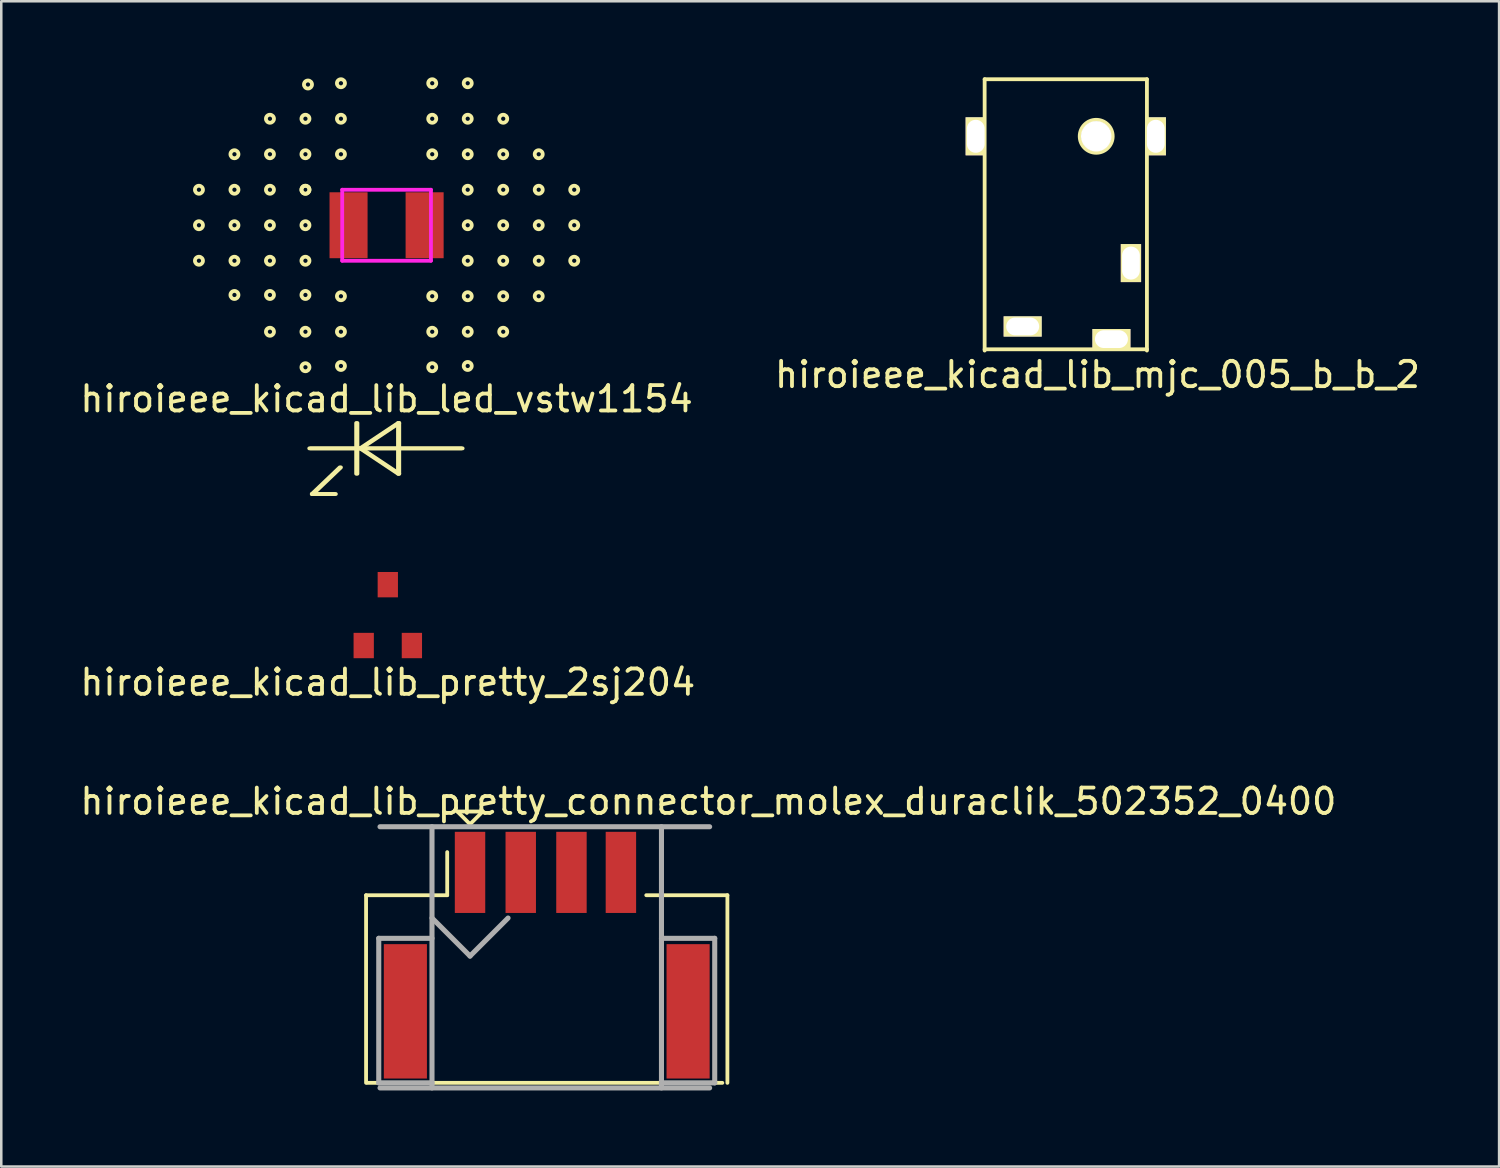
<source format=kicad_pcb>
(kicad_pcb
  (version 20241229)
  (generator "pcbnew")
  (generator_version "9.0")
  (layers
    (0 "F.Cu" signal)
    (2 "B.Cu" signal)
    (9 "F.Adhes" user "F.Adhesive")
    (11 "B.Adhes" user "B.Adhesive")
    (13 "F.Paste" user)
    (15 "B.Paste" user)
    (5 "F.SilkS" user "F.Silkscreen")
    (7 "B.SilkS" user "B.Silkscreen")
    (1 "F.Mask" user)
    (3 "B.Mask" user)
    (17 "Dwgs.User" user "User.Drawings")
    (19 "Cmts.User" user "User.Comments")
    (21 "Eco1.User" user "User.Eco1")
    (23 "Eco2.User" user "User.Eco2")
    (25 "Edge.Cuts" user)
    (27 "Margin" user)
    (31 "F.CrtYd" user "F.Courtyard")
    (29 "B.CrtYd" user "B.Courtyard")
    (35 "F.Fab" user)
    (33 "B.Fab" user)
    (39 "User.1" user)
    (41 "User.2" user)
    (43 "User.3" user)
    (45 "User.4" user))
  (footprint "hiroieee_kicad_lib_mjc_005_b_b_2"
    (layer "F.Cu")
    (at 40.182 2.325)
    (property "Reference" "hiroieee_kicad_lib_mjc_005_b_b_2" (at 0.05 9.4 0) (layer "F.SilkS") (effects (font (size 1 1) (thickness 0.15))))
    (attr through_hole)
    (fp_line (start -4.4 -2.25) (end -4.4 8.45) (stroke (width 0.15) (type solid)) (layer "F.SilkS"))
    (fp_line (start -4.4 8.4) (end 2 8.4) (stroke (width 0.15) (type solid)) (layer "F.SilkS"))
    (fp_line (start 2 -2.25) (end -4.4 -2.25) (stroke (width 0.15) (type solid)) (layer "F.SilkS"))
    (fp_line (start 2 8.45) (end 2 -2.25) (stroke (width 0.15) (type solid)) (layer "F.SilkS"))
    (fp_circle (center 0 0) (end 0.65 0) (stroke (width 0.15) (type solid)) (fill no) (layer "F.SilkS"))
    (pad "" np_thru_hole circle (at 0 0) (size 1.2 1.2) (drill 1.2) (layers "*.Cu" "*.Mask"))
    (pad "1" thru_hole rect (at -2.9 7.5) (size 1.5 0.8) (drill oval 1.3 0.7) (layers "*.Cu" "*.Mask" "F.SilkS"))
    (pad "2" thru_hole rect (at 0.6 8) (size 1.5 0.8) (drill oval 1.3 0.7) (layers "*.Cu" "*.Mask" "F.SilkS"))
    (pad "3" thru_hole rect (at 1.37 5) (size 0.8 1.5) (drill oval 0.7 1.3) (layers "*.Cu" "*.Mask" "F.SilkS"))
    (pad "4" thru_hole rect (at 2.35 0) (size 0.8 1.5) (drill oval 0.7 1.3) (layers "*.Cu" "*.Mask" "F.SilkS"))
    (pad "5" thru_hole rect (at -4.75 0) (size 0.8 1.5) (drill oval 0.7 1.3) (layers "*.Cu" "*.Mask" "F.SilkS")))
  (footprint "hiroieee_kicad_lib_pretty_connector_molex_duraclik_502352_0400"
    (layer "F.Cu")
    (at 18.437 34.255)
    (property "Reference" "hiroieee_kicad_lib_pretty_connector_molex_duraclik_502352_0400" (at 6.45 -5.7 0) (layer "F.SilkS") (effects (font (size 1 1) (thickness 0.15))))
    (attr through_hole)
    (fp_line (start -7.05 -2) (end -7.05 5.4) (stroke (width 0.15) (type solid)) (layer "F.SilkS"))
    (fp_line (start -7 5.4) (end 7 5.4) (stroke (width 0.15) (type solid)) (layer "F.SilkS"))
    (fp_line (start -3.85 -3.7) (end -3.85 -2) (stroke (width 0.15) (type solid)) (layer "F.SilkS"))
    (fp_line (start -3.85 -2) (end -7.05 -2) (stroke (width 0.15) (type solid)) (layer "F.SilkS"))
    (fp_line (start -3.45 -5.3) (end -2.45 -5.3) (stroke (width 0.15) (type solid)) (layer "F.SilkS"))
    (fp_line (start -2.95 -4.8) (end -3.45 -5.3) (stroke (width 0.15) (type solid)) (layer "F.SilkS"))
    (fp_line (start -2.45 -5.3) (end -2.95 -4.8) (stroke (width 0.15) (type solid)) (layer "F.SilkS"))
    (fp_line (start 7.2 -2) (end 4 -2) (stroke (width 0.15) (type solid)) (layer "F.SilkS"))
    (fp_line (start 7.2 5.4) (end 7.2 -2) (stroke (width 0.15) (type solid)) (layer "F.SilkS"))
    (fp_line (start -6.55 -0.3) (end -6.55 5.4) (stroke (width 0.2) (type solid)) (layer "F.Fab"))
    (fp_line (start -6.55 5.4) (end -4.45 5.4) (stroke (width 0.2) (type solid)) (layer "F.Fab"))
    (fp_line (start -6.5 5.6) (end 6.5 5.6) (stroke (width 0.2) (type solid)) (layer "F.Fab"))
    (fp_line (start -4.45 -4.7) (end -4.45 5.6) (stroke (width 0.2) (type solid)) (layer "F.Fab"))
    (fp_line (start -4.45 -1.1) (end -2.95 0.4) (stroke (width 0.2) (type solid)) (layer "F.Fab"))
    (fp_line (start -4.45 -0.3) (end -6.55 -0.3) (stroke (width 0.2) (type solid)) (layer "F.Fab"))
    (fp_line (start -2.95 0.4) (end -1.45 -1.1) (stroke (width 0.2) (type solid)) (layer "F.Fab"))
    (fp_line (start 4.6 -0.3) (end 6.7 -0.3) (stroke (width 0.2) (type solid)) (layer "F.Fab"))
    (fp_line (start 4.6 5.6) (end 4.6 -4.7) (stroke (width 0.2) (type solid)) (layer "F.Fab"))
    (fp_line (start 6.5 -4.7) (end -6.5 -4.7) (stroke (width 0.2) (type solid)) (layer "F.Fab"))
    (fp_line (start 6.7 -0.3) (end 6.7 5.4) (stroke (width 0.2) (type solid)) (layer "F.Fab"))
    (fp_line (start 6.7 5.4) (end 4.6 5.4) (stroke (width 0.2) (type solid)) (layer "F.Fab"))
    (pad "" smd rect (at -5.5 2.58) (size 1.7 5.3) (layers "F.Cu" "F.Mask" "F.Paste"))
    (pad "" smd rect (at 5.65 2.58) (size 1.7 5.3) (layers "F.Cu" "F.Mask" "F.Paste"))
    (pad "1" smd rect (at -2.95 -2.9) (size 1.2 3.2) (layers "F.Cu" "F.Mask" "F.Paste"))
    (pad "2" smd rect (at -0.95 -2.9) (size 1.2 3.2) (layers "F.Cu" "F.Mask" "F.Paste"))
    (pad "3" smd rect (at 1.05 -2.9) (size 1.2 3.2) (layers "F.Cu" "F.Mask" "F.Paste"))
    (pad "4" smd rect (at 3 -2.9) (size 1.2 3.2) (layers "F.Cu" "F.Mask" "F.Paste")))
  (footprint "hiroieee_kicad_lib_pretty_2sj204"
    (layer "F.Cu")
    (at 12.244 21.208)
    (property "Reference" "hiroieee_kicad_lib_pretty_2sj204" (at 0 2.65 0) (layer "F.SilkS") (effects (font (size 1 1) (thickness 0.15))))
    (attr through_hole)
    (pad "1" smd rect (at 0 -1.2) (size 0.8 1) (layers "F.Cu" "F.Mask" "F.Paste"))
    (pad "2" smd rect (at -0.95 1.2) (size 0.8 1) (layers "F.Cu" "F.Mask" "F.Paste"))
    (pad "3" smd rect (at 0.95 1.2) (size 0.8 1) (layers "F.Cu" "F.Mask" "F.Paste")))
  (footprint "hiroieee_kicad_lib_led_vstw1154"
    (layer "F.Cu")
    (at 12.196 5.833)
    (property "Reference" "hiroieee_kicad_lib_led_vstw1154" (at 0 6.85 0) (layer "F.SilkS") (effects (font (size 1 1) (thickness 0.15))))
    (attr through_hole)
    (fp_line (start -3.05 8.8) (end 2.95 8.8) (stroke (width 0.15) (type solid)) (layer "F.SilkS"))
    (fp_line (start -3 8.8) (end 3 8.8) (stroke (width 0.15) (type solid)) (layer "F.SilkS"))
    (fp_line (start -2.95 10.6) (end -2.05 10.6) (stroke (width 0.15) (type solid)) (layer "F.SilkS"))
    (fp_line (start -2.9 10.6) (end -2 10.6) (stroke (width 0.15) (type solid)) (layer "F.SilkS"))
    (fp_line (start -1.85 9.55) (end -2.95 10.6) (stroke (width 0.15) (type solid)) (layer "F.SilkS"))
    (fp_line (start -1.8 9.55) (end -2.9 10.6) (stroke (width 0.15) (type solid)) (layer "F.SilkS"))
    (fp_line (start -1.2 7.8) (end -1.2 9.8) (stroke (width 0.15) (type solid)) (layer "F.SilkS"))
    (fp_line (start -1.15 7.8) (end -1.15 9.8) (stroke (width 0.15) (type solid)) (layer "F.SilkS"))
    (fp_line (start -1.05 8.8) (end 0.45 7.8) (stroke (width 0.15) (type solid)) (layer "F.SilkS"))
    (fp_line (start -1 8.8) (end 0.5 7.8) (stroke (width 0.15) (type solid)) (layer "F.SilkS"))
    (fp_line (start 0.45 7.8) (end 0.45 9.8) (stroke (width 0.15) (type solid)) (layer "F.SilkS"))
    (fp_line (start 0.45 9.8) (end -1.05 8.8) (stroke (width 0.15) (type solid)) (layer "F.SilkS"))
    (fp_line (start 0.5 7.8) (end 0.5 9.8) (stroke (width 0.15) (type solid)) (layer "F.SilkS"))
    (fp_line (start 0.5 9.8) (end -1 8.8) (stroke (width 0.15) (type solid)) (layer "F.SilkS"))
    (fp_circle (center -7.4 -1.4) (end -7.55 -1.35) (stroke (width 0.15) (type solid)) (fill no) (layer "F.SilkS"))
    (fp_circle (center -7.4 0) (end -7.55 0.05) (stroke (width 0.15) (type solid)) (fill no) (layer "F.SilkS"))
    (fp_circle (center -7.4 1.4) (end -7.55 1.45) (stroke (width 0.15) (type solid)) (fill no) (layer "F.SilkS"))
    (fp_circle (center -6 -2.8) (end -6.15 -2.75) (stroke (width 0.15) (type solid)) (fill no) (layer "F.SilkS"))
    (fp_circle (center -6 -1.4) (end -6.15 -1.35) (stroke (width 0.15) (type solid)) (fill no) (layer "F.SilkS"))
    (fp_circle (center -6 0) (end -6.15 0.05) (stroke (width 0.15) (type solid)) (fill no) (layer "F.SilkS"))
    (fp_circle (center -6 1.4) (end -6.15 1.45) (stroke (width 0.15) (type solid)) (fill no) (layer "F.SilkS"))
    (fp_circle (center -6 2.75) (end -6.15 2.8) (stroke (width 0.15) (type solid)) (fill no) (layer "F.SilkS"))
    (fp_circle (center -4.6 -4.2) (end -4.75 -4.15) (stroke (width 0.15) (type solid)) (fill no) (layer "F.SilkS"))
    (fp_circle (center -4.6 -2.8) (end -4.75 -2.75) (stroke (width 0.15) (type solid)) (fill no) (layer "F.SilkS"))
    (fp_circle (center -4.6 -1.4) (end -4.75 -1.35) (stroke (width 0.15) (type solid)) (fill no) (layer "F.SilkS"))
    (fp_circle (center -4.6 0) (end -4.75 0.05) (stroke (width 0.15) (type solid)) (fill no) (layer "F.SilkS"))
    (fp_circle (center -4.6 1.4) (end -4.75 1.45) (stroke (width 0.15) (type solid)) (fill no) (layer "F.SilkS"))
    (fp_circle (center -4.6 2.75) (end -4.75 2.8) (stroke (width 0.15) (type solid)) (fill no) (layer "F.SilkS"))
    (fp_circle (center -4.6 4.2) (end -4.75 4.25) (stroke (width 0.15) (type solid)) (fill no) (layer "F.SilkS"))
    (fp_circle (center -3.2 -4.2) (end -3.35 -4.15) (stroke (width 0.15) (type solid)) (fill no) (layer "F.SilkS"))
    (fp_circle (center -3.2 -2.8) (end -3.35 -2.75) (stroke (width 0.15) (type solid)) (fill no) (layer "F.SilkS"))
    (fp_circle (center -3.2 -1.4) (end -3.35 -1.35) (stroke (width 0.15) (type solid)) (fill no) (layer "F.SilkS"))
    (fp_circle (center -3.2 -1.4) (end -3.35 -1.35) (stroke (width 0.15) (type solid)) (fill no) (layer "F.SilkS"))
    (fp_circle (center -3.2 0) (end -3.35 0.05) (stroke (width 0.15) (type solid)) (fill no) (layer "F.SilkS"))
    (fp_circle (center -3.2 1.4) (end -3.35 1.45) (stroke (width 0.15) (type solid)) (fill no) (layer "F.SilkS"))
    (fp_circle (center -3.2 2.75) (end -3.35 2.8) (stroke (width 0.15) (type solid)) (fill no) (layer "F.SilkS"))
    (fp_circle (center -3.2 4.2) (end -3.35 4.25) (stroke (width 0.15) (type solid)) (fill no) (layer "F.SilkS"))
    (fp_circle (center -3.2 5.6) (end -3.35 5.65) (stroke (width 0.15) (type solid)) (fill no) (layer "F.SilkS"))
    (fp_circle (center -3.1 -5.55) (end -3.25 -5.5) (stroke (width 0.15) (type solid)) (fill no) (layer "F.SilkS"))
    (fp_circle (center -1.8 -5.6) (end -1.95 -5.55) (stroke (width 0.15) (type solid)) (fill no) (layer "F.SilkS"))
    (fp_circle (center -1.8 -4.2) (end -1.95 -4.15) (stroke (width 0.15) (type solid)) (fill no) (layer "F.SilkS"))
    (fp_circle (center -1.8 -2.8) (end -1.95 -2.75) (stroke (width 0.15) (type solid)) (fill no) (layer "F.SilkS"))
    (fp_circle (center -1.8 2.8) (end -1.95 2.85) (stroke (width 0.15) (type solid)) (fill no) (layer "F.SilkS"))
    (fp_circle (center -1.8 4.2) (end -1.95 4.25) (stroke (width 0.15) (type solid)) (fill no) (layer "F.SilkS"))
    (fp_circle (center -1.8 5.55) (end -1.95 5.6) (stroke (width 0.15) (type solid)) (fill no) (layer "F.SilkS"))
    (fp_circle (center 1.8 -5.6) (end 1.95 -5.55) (stroke (width 0.15) (type solid)) (fill no) (layer "F.SilkS"))
    (fp_circle (center 1.8 -4.2) (end 1.95 -4.15) (stroke (width 0.15) (type solid)) (fill no) (layer "F.SilkS"))
    (fp_circle (center 1.8 -2.8) (end 1.95 -2.75) (stroke (width 0.15) (type solid)) (fill no) (layer "F.SilkS"))
    (fp_circle (center 1.8 2.8) (end 1.95 2.85) (stroke (width 0.15) (type solid)) (fill no) (layer "F.SilkS"))
    (fp_circle (center 1.8 4.2) (end 1.95 4.25) (stroke (width 0.15) (type solid)) (fill no) (layer "F.SilkS"))
    (fp_circle (center 1.8 5.6) (end 1.95 5.65) (stroke (width 0.15) (type solid)) (fill no) (layer "F.SilkS"))
    (fp_circle (center 3.2 -5.6) (end 3.35 -5.55) (stroke (width 0.15) (type solid)) (fill no) (layer "F.SilkS"))
    (fp_circle (center 3.2 -4.2) (end 3.35 -4.15) (stroke (width 0.15) (type solid)) (fill no) (layer "F.SilkS"))
    (fp_circle (center 3.2 -2.8) (end 3.35 -2.75) (stroke (width 0.15) (type solid)) (fill no) (layer "F.SilkS"))
    (fp_circle (center 3.2 -1.4) (end 3.35 -1.35) (stroke (width 0.15) (type solid)) (fill no) (layer "F.SilkS"))
    (fp_circle (center 3.2 0) (end 3.35 0.05) (stroke (width 0.15) (type solid)) (fill no) (layer "F.SilkS"))
    (fp_circle (center 3.2 1.4) (end 3.35 1.45) (stroke (width 0.15) (type solid)) (fill no) (layer "F.SilkS"))
    (fp_circle (center 3.2 2.8) (end 3.35 2.85) (stroke (width 0.15) (type solid)) (fill no) (layer "F.SilkS"))
    (fp_circle (center 3.2 4.2) (end 3.35 4.25) (stroke (width 0.15) (type solid)) (fill no) (layer "F.SilkS"))
    (fp_circle (center 3.2 5.55) (end 3.35 5.6) (stroke (width 0.15) (type solid)) (fill no) (layer "F.SilkS"))
    (fp_circle (center 4.6 -4.2) (end 4.75 -4.15) (stroke (width 0.15) (type solid)) (fill no) (layer "F.SilkS"))
    (fp_circle (center 4.6 -2.8) (end 4.75 -2.75) (stroke (width 0.15) (type solid)) (fill no) (layer "F.SilkS"))
    (fp_circle (center 4.6 -1.4) (end 4.75 -1.35) (stroke (width 0.15) (type solid)) (fill no) (layer "F.SilkS"))
    (fp_circle (center 4.6 0) (end 4.75 0.05) (stroke (width 0.15) (type solid)) (fill no) (layer "F.SilkS"))
    (fp_circle (center 4.6 1.4) (end 4.75 1.45) (stroke (width 0.15) (type solid)) (fill no) (layer "F.SilkS"))
    (fp_circle (center 4.6 2.8) (end 4.75 2.85) (stroke (width 0.15) (type solid)) (fill no) (layer "F.SilkS"))
    (fp_circle (center 4.6 4.2) (end 4.75 4.25) (stroke (width 0.15) (type solid)) (fill no) (layer "F.SilkS"))
    (fp_circle (center 6 -2.8) (end 6.15 -2.75) (stroke (width 0.15) (type solid)) (fill no) (layer "F.SilkS"))
    (fp_circle (center 6 -1.4) (end 6.15 -1.35) (stroke (width 0.15) (type solid)) (fill no) (layer "F.SilkS"))
    (fp_circle (center 6 0) (end 6.15 0.05) (stroke (width 0.15) (type solid)) (fill no) (layer "F.SilkS"))
    (fp_circle (center 6 1.4) (end 6.15 1.45) (stroke (width 0.15) (type solid)) (fill no) (layer "F.SilkS"))
    (fp_circle (center 6 2.8) (end 6.15 2.85) (stroke (width 0.15) (type solid)) (fill no) (layer "F.SilkS"))
    (fp_circle (center 7.4 -1.4) (end 7.55 -1.35) (stroke (width 0.15) (type solid)) (fill no) (layer "F.SilkS"))
    (fp_circle (center 7.4 0) (end 7.55 0.05) (stroke (width 0.15) (type solid)) (fill no) (layer "F.SilkS"))
    (fp_circle (center 7.4 1.4) (end 7.55 1.45) (stroke (width 0.15) (type solid)) (fill no) (layer "F.SilkS"))
    (fp_line (start -1.75 -1.4) (end 1.75 -1.4) (stroke (width 0.15) (type solid)) (layer "F.CrtYd"))
    (fp_line (start -1.75 1.4) (end -1.75 -1.4) (stroke (width 0.15) (type solid)) (layer "F.CrtYd"))
    (fp_line (start 1.75 -1.4) (end 1.75 1.4) (stroke (width 0.15) (type solid)) (layer "F.CrtYd"))
    (fp_line (start 1.75 1.4) (end -1.75 1.4) (stroke (width 0.15) (type solid)) (layer "F.CrtYd"))
    (pad "1" smd rect (at -1.5 0) (size 1.5 2.6) (layers "F.Cu" "F.Mask" "F.Paste"))
    (pad "2" smd rect (at 1.5 0) (size 1.5 2.6) (layers "F.Cu" "F.Mask" "F.Paste")))
  (gr_rect
    (start -3 -3)
    (end 56.071 42.955)
    (stroke (width 0.1) (type default))
    (fill no)
    (layer "Edge.Cuts")))
</source>
